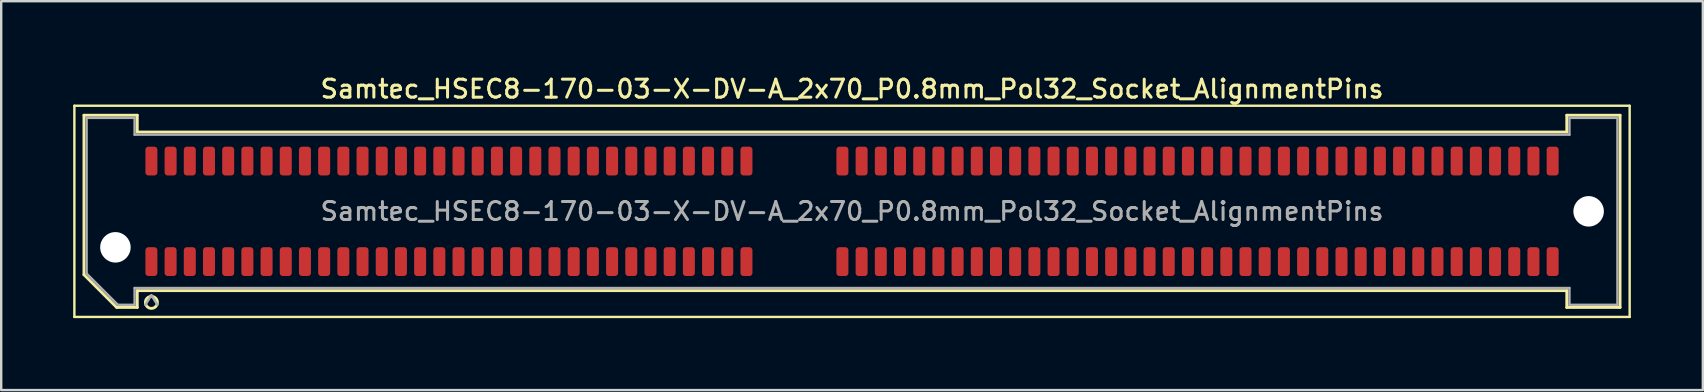
<source format=kicad_pcb>
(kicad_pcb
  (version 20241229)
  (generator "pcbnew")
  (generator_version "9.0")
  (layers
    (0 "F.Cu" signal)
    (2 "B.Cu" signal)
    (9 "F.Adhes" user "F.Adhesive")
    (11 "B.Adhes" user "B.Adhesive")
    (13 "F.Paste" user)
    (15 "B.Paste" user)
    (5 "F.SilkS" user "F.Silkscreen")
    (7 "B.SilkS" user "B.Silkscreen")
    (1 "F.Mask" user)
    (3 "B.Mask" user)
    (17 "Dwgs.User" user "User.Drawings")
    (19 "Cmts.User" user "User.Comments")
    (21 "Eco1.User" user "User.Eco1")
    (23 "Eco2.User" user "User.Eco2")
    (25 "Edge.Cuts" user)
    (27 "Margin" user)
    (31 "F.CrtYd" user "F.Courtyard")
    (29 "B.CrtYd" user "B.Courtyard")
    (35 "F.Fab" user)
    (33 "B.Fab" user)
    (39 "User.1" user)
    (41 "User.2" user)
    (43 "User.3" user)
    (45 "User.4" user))
  (footprint "Samtec_HSEC8-170-03-X-DV-A_2x70_P0.8mm_Pol32_Socket_AlignmentPins"
    (layer "F.Cu")
    (at 32.46 5.758)
    (property "Reference" "Samtec_HSEC8-170-03-X-DV-A_2x70_P0.8mm_Pol32_Socket_AlignmentPins" (at 0 -5.1 0) (layer "F.SilkS") (effects (font (size 0.75 0.75) (thickness 0.125))))
    (attr smd)
    (fp_line (start -32.41 -4.4) (end -32.41 4.4) (stroke (width 0.1) (type solid)) (layer "F.SilkS"))
    (fp_line (start -32.41 4.4) (end 32.41 4.4) (stroke (width 0.1) (type solid)) (layer "F.SilkS"))
    (fp_line (start -32.01 -4.005) (end -29.79 -4.005) (stroke (width 0.12) (type solid)) (layer "F.SilkS"))
    (fp_line (start -32.01 2.641) (end -32.01 -4.005) (stroke (width 0.12) (type solid)) (layer "F.SilkS"))
    (fp_line (start -30.646 4.005) (end -32.01 2.641) (stroke (width 0.12) (type solid)) (layer "F.SilkS"))
    (fp_line (start -29.79 -4.005) (end -29.79 -3.305) (stroke (width 0.12) (type solid)) (layer "F.SilkS"))
    (fp_line (start -29.79 -3.305) (end 29.79 -3.305) (stroke (width 0.12) (type solid)) (layer "F.SilkS"))
    (fp_line (start -29.79 3.305) (end -29.79 4.005) (stroke (width 0.12) (type solid)) (layer "F.SilkS"))
    (fp_line (start -29.79 4.005) (end -30.646 4.005) (stroke (width 0.12) (type solid)) (layer "F.SilkS"))
    (fp_line (start 29.79 -4.005) (end 32.01 -4.005) (stroke (width 0.12) (type solid)) (layer "F.SilkS"))
    (fp_line (start 29.79 -3.305) (end 29.79 -4.005) (stroke (width 0.12) (type solid)) (layer "F.SilkS"))
    (fp_line (start 29.79 3.305) (end -29.79 3.305) (stroke (width 0.12) (type solid)) (layer "F.SilkS"))
    (fp_line (start 29.79 4.005) (end 29.79 3.305) (stroke (width 0.12) (type solid)) (layer "F.SilkS"))
    (fp_line (start 32.01 -4.005) (end 32.01 4.005) (stroke (width 0.12) (type solid)) (layer "F.SilkS"))
    (fp_line (start 32.01 4.005) (end 29.79 4.005) (stroke (width 0.12) (type solid)) (layer "F.SilkS"))
    (fp_line (start 32.41 -4.4) (end -32.41 -4.4) (stroke (width 0.1) (type solid)) (layer "F.SilkS"))
    (fp_line (start 32.41 4.4) (end 32.41 -4.4) (stroke (width 0.1) (type solid)) (layer "F.SilkS"))
    (fp_arc (start -28.95 3.795) (mid -29.45 3.795) (end -28.95 3.795) (stroke (width 0.12) (type solid)) (layer "F.SilkS"))
    (fp_line (start -31.9 -3.895) (end -29.9 -3.895) (stroke (width 0.1) (type solid)) (layer "F.Fab"))
    (fp_line (start -31.9 2.595) (end -31.9 -3.895) (stroke (width 0.1) (type solid)) (layer "F.Fab"))
    (fp_line (start -30.6 3.895) (end -31.9 2.595) (stroke (width 0.1) (type solid)) (layer "F.Fab"))
    (fp_line (start -29.9 -3.895) (end -29.9 -3.195) (stroke (width 0.1) (type solid)) (layer "F.Fab"))
    (fp_line (start -29.9 -3.195) (end 29.9 -3.195) (stroke (width 0.1) (type solid)) (layer "F.Fab"))
    (fp_line (start -29.9 3.195) (end -29.9 3.895) (stroke (width 0.1) (type solid)) (layer "F.Fab"))
    (fp_line (start -29.9 3.895) (end -30.6 3.895) (stroke (width 0.1) (type solid)) (layer "F.Fab"))
    (fp_line (start -29.2 3.495) (end -29.45 3.895) (stroke (width 0.1) (type solid)) (layer "F.Fab"))
    (fp_line (start -29.2 3.495) (end -28.95 3.895) (stroke (width 0.1) (type solid)) (layer "F.Fab"))
    (fp_line (start 29.9 -3.895) (end 31.9 -3.895) (stroke (width 0.1) (type solid)) (layer "F.Fab"))
    (fp_line (start 29.9 -3.195) (end 29.9 -3.895) (stroke (width 0.1) (type solid)) (layer "F.Fab"))
    (fp_line (start 29.9 3.195) (end -29.9 3.195) (stroke (width 0.1) (type solid)) (layer "F.Fab"))
    (fp_line (start 29.9 3.895) (end 29.9 3.195) (stroke (width 0.1) (type solid)) (layer "F.Fab"))
    (fp_line (start 31.9 -3.895) (end 31.9 3.895) (stroke (width 0.1) (type solid)) (layer "F.Fab"))
    (fp_line (start 31.9 3.895) (end 29.9 3.895) (stroke (width 0.1) (type solid)) (layer "F.Fab"))
    (fp_text user "${REFERENCE}" (at 0 0 0) (layer "F.Fab") (effects (font (size 0.75 0.75) (thickness 0.125))))
    (pad "" np_thru_hole circle (at -30.7 1.5) (size 1.27 1.27) (drill 1.27) (layers "*.Cu" "*.Mask"))
    (pad "" np_thru_hole circle (at 30.7 0) (size 1.27 1.27) (drill 1.27) (layers "*.Cu" "*.Mask"))
    (pad "1" smd roundrect (at -29.2 2.095) (size 0.5 1.2) (layers "F.Cu" "F.Mask" "F.Paste") (roundrect_rratio 0.25))
    (pad "2" smd roundrect (at -29.2 -2.095) (size 0.5 1.2) (layers "F.Cu" "F.Mask" "F.Paste") (roundrect_rratio 0.25))
    (pad "3" smd roundrect (at -28.4 2.095) (size 0.5 1.2) (layers "F.Cu" "F.Mask" "F.Paste") (roundrect_rratio 0.25))
    (pad "4" smd roundrect (at -28.4 -2.095) (size 0.5 1.2) (layers "F.Cu" "F.Mask" "F.Paste") (roundrect_rratio 0.25))
    (pad "5" smd roundrect (at -27.6 2.095) (size 0.5 1.2) (layers "F.Cu" "F.Mask" "F.Paste") (roundrect_rratio 0.25))
    (pad "6" smd roundrect (at -27.6 -2.095) (size 0.5 1.2) (layers "F.Cu" "F.Mask" "F.Paste") (roundrect_rratio 0.25))
    (pad "7" smd roundrect (at -26.8 2.095) (size 0.5 1.2) (layers "F.Cu" "F.Mask" "F.Paste") (roundrect_rratio 0.25))
    (pad "8" smd roundrect (at -26.8 -2.095) (size 0.5 1.2) (layers "F.Cu" "F.Mask" "F.Paste") (roundrect_rratio 0.25))
    (pad "9" smd roundrect (at -26 2.095) (size 0.5 1.2) (layers "F.Cu" "F.Mask" "F.Paste") (roundrect_rratio 0.25))
    (pad "10" smd roundrect (at -26 -2.095) (size 0.5 1.2) (layers "F.Cu" "F.Mask" "F.Paste") (roundrect_rratio 0.25))
    (pad "11" smd roundrect (at -25.2 2.095) (size 0.5 1.2) (layers "F.Cu" "F.Mask" "F.Paste") (roundrect_rratio 0.25))
    (pad "12" smd roundrect (at -25.2 -2.095) (size 0.5 1.2) (layers "F.Cu" "F.Mask" "F.Paste") (roundrect_rratio 0.25))
    (pad "13" smd roundrect (at -24.4 2.095) (size 0.5 1.2) (layers "F.Cu" "F.Mask" "F.Paste") (roundrect_rratio 0.25))
    (pad "14" smd roundrect (at -24.4 -2.095) (size 0.5 1.2) (layers "F.Cu" "F.Mask" "F.Paste") (roundrect_rratio 0.25))
    (pad "15" smd roundrect (at -23.6 2.095) (size 0.5 1.2) (layers "F.Cu" "F.Mask" "F.Paste") (roundrect_rratio 0.25))
    (pad "16" smd roundrect (at -23.6 -2.095) (size 0.5 1.2) (layers "F.Cu" "F.Mask" "F.Paste") (roundrect_rratio 0.25))
    (pad "17" smd roundrect (at -22.8 2.095) (size 0.5 1.2) (layers "F.Cu" "F.Mask" "F.Paste") (roundrect_rratio 0.25))
    (pad "18" smd roundrect (at -22.8 -2.095) (size 0.5 1.2) (layers "F.Cu" "F.Mask" "F.Paste") (roundrect_rratio 0.25))
    (pad "19" smd roundrect (at -22 2.095) (size 0.5 1.2) (layers "F.Cu" "F.Mask" "F.Paste") (roundrect_rratio 0.25))
    (pad "20" smd roundrect (at -22 -2.095) (size 0.5 1.2) (layers "F.Cu" "F.Mask" "F.Paste") (roundrect_rratio 0.25))
    (pad "21" smd roundrect (at -21.2 2.095) (size 0.5 1.2) (layers "F.Cu" "F.Mask" "F.Paste") (roundrect_rratio 0.25))
    (pad "22" smd roundrect (at -21.2 -2.095) (size 0.5 1.2) (layers "F.Cu" "F.Mask" "F.Paste") (roundrect_rratio 0.25))
    (pad "23" smd roundrect (at -20.4 2.095) (size 0.5 1.2) (layers "F.Cu" "F.Mask" "F.Paste") (roundrect_rratio 0.25))
    (pad "24" smd roundrect (at -20.4 -2.095) (size 0.5 1.2) (layers "F.Cu" "F.Mask" "F.Paste") (roundrect_rratio 0.25))
    (pad "25" smd roundrect (at -19.6 2.095) (size 0.5 1.2) (layers "F.Cu" "F.Mask" "F.Paste") (roundrect_rratio 0.25))
    (pad "26" smd roundrect (at -19.6 -2.095) (size 0.5 1.2) (layers "F.Cu" "F.Mask" "F.Paste") (roundrect_rratio 0.25))
    (pad "27" smd roundrect (at -18.8 2.095) (size 0.5 1.2) (layers "F.Cu" "F.Mask" "F.Paste") (roundrect_rratio 0.25))
    (pad "28" smd roundrect (at -18.8 -2.095) (size 0.5 1.2) (layers "F.Cu" "F.Mask" "F.Paste") (roundrect_rratio 0.25))
    (pad "29" smd roundrect (at -18 2.095) (size 0.5 1.2) (layers "F.Cu" "F.Mask" "F.Paste") (roundrect_rratio 0.25))
    (pad "30" smd roundrect (at -18 -2.095) (size 0.5 1.2) (layers "F.Cu" "F.Mask" "F.Paste") (roundrect_rratio 0.25))
    (pad "31" smd roundrect (at -17.2 2.095) (size 0.5 1.2) (layers "F.Cu" "F.Mask" "F.Paste") (roundrect_rratio 0.25))
    (pad "32" smd roundrect (at -17.2 -2.095) (size 0.5 1.2) (layers "F.Cu" "F.Mask" "F.Paste") (roundrect_rratio 0.25))
    (pad "33" smd roundrect (at -16.4 2.095) (size 0.5 1.2) (layers "F.Cu" "F.Mask" "F.Paste") (roundrect_rratio 0.25))
    (pad "34" smd roundrect (at -16.4 -2.095) (size 0.5 1.2) (layers "F.Cu" "F.Mask" "F.Paste") (roundrect_rratio 0.25))
    (pad "35" smd roundrect (at -15.6 2.095) (size 0.5 1.2) (layers "F.Cu" "F.Mask" "F.Paste") (roundrect_rratio 0.25))
    (pad "36" smd roundrect (at -15.6 -2.095) (size 0.5 1.2) (layers "F.Cu" "F.Mask" "F.Paste") (roundrect_rratio 0.25))
    (pad "37" smd roundrect (at -14.8 2.095) (size 0.5 1.2) (layers "F.Cu" "F.Mask" "F.Paste") (roundrect_rratio 0.25))
    (pad "38" smd roundrect (at -14.8 -2.095) (size 0.5 1.2) (layers "F.Cu" "F.Mask" "F.Paste") (roundrect_rratio 0.25))
    (pad "39" smd roundrect (at -14 2.095) (size 0.5 1.2) (layers "F.Cu" "F.Mask" "F.Paste") (roundrect_rratio 0.25))
    (pad "40" smd roundrect (at -14 -2.095) (size 0.5 1.2) (layers "F.Cu" "F.Mask" "F.Paste") (roundrect_rratio 0.25))
    (pad "41" smd roundrect (at -13.2 2.095) (size 0.5 1.2) (layers "F.Cu" "F.Mask" "F.Paste") (roundrect_rratio 0.25))
    (pad "42" smd roundrect (at -13.2 -2.095) (size 0.5 1.2) (layers "F.Cu" "F.Mask" "F.Paste") (roundrect_rratio 0.25))
    (pad "43" smd roundrect (at -12.4 2.095) (size 0.5 1.2) (layers "F.Cu" "F.Mask" "F.Paste") (roundrect_rratio 0.25))
    (pad "44" smd roundrect (at -12.4 -2.095) (size 0.5 1.2) (layers "F.Cu" "F.Mask" "F.Paste") (roundrect_rratio 0.25))
    (pad "45" smd roundrect (at -11.6 2.095) (size 0.5 1.2) (layers "F.Cu" "F.Mask" "F.Paste") (roundrect_rratio 0.25))
    (pad "46" smd roundrect (at -11.6 -2.095) (size 0.5 1.2) (layers "F.Cu" "F.Mask" "F.Paste") (roundrect_rratio 0.25))
    (pad "47" smd roundrect (at -10.8 2.095) (size 0.5 1.2) (layers "F.Cu" "F.Mask" "F.Paste") (roundrect_rratio 0.25))
    (pad "48" smd roundrect (at -10.8 -2.095) (size 0.5 1.2) (layers "F.Cu" "F.Mask" "F.Paste") (roundrect_rratio 0.25))
    (pad "49" smd roundrect (at -10 2.095) (size 0.5 1.2) (layers "F.Cu" "F.Mask" "F.Paste") (roundrect_rratio 0.25))
    (pad "50" smd roundrect (at -10 -2.095) (size 0.5 1.2) (layers "F.Cu" "F.Mask" "F.Paste") (roundrect_rratio 0.25))
    (pad "51" smd roundrect (at -9.2 2.095) (size 0.5 1.2) (layers "F.Cu" "F.Mask" "F.Paste") (roundrect_rratio 0.25))
    (pad "52" smd roundrect (at -9.2 -2.095) (size 0.5 1.2) (layers "F.Cu" "F.Mask" "F.Paste") (roundrect_rratio 0.25))
    (pad "53" smd roundrect (at -8.4 2.095) (size 0.5 1.2) (layers "F.Cu" "F.Mask" "F.Paste") (roundrect_rratio 0.25))
    (pad "54" smd roundrect (at -8.4 -2.095) (size 0.5 1.2) (layers "F.Cu" "F.Mask" "F.Paste") (roundrect_rratio 0.25))
    (pad "55" smd roundrect (at -7.6 2.095) (size 0.5 1.2) (layers "F.Cu" "F.Mask" "F.Paste") (roundrect_rratio 0.25))
    (pad "56" smd roundrect (at -7.6 -2.095) (size 0.5 1.2) (layers "F.Cu" "F.Mask" "F.Paste") (roundrect_rratio 0.25))
    (pad "57" smd roundrect (at -6.8 2.095) (size 0.5 1.2) (layers "F.Cu" "F.Mask" "F.Paste") (roundrect_rratio 0.25))
    (pad "58" smd roundrect (at -6.8 -2.095) (size 0.5 1.2) (layers "F.Cu" "F.Mask" "F.Paste") (roundrect_rratio 0.25))
    (pad "59" smd roundrect (at -6 2.095) (size 0.5 1.2) (layers "F.Cu" "F.Mask" "F.Paste") (roundrect_rratio 0.25))
    (pad "60" smd roundrect (at -6 -2.095) (size 0.5 1.2) (layers "F.Cu" "F.Mask" "F.Paste") (roundrect_rratio 0.25))
    (pad "61" smd roundrect (at -5.2 2.095) (size 0.5 1.2) (layers "F.Cu" "F.Mask" "F.Paste") (roundrect_rratio 0.25))
    (pad "62" smd roundrect (at -5.2 -2.095) (size 0.5 1.2) (layers "F.Cu" "F.Mask" "F.Paste") (roundrect_rratio 0.25))
    (pad "63" smd roundrect (at -4.4 2.095) (size 0.5 1.2) (layers "F.Cu" "F.Mask" "F.Paste") (roundrect_rratio 0.25))
    (pad "64" smd roundrect (at -4.4 -2.095) (size 0.5 1.2) (layers "F.Cu" "F.Mask" "F.Paste") (roundrect_rratio 0.25))
    (pad "65" smd roundrect (at -0.4 2.095) (size 0.5 1.2) (layers "F.Cu" "F.Mask" "F.Paste") (roundrect_rratio 0.25))
    (pad "66" smd roundrect (at -0.4 -2.095) (size 0.5 1.2) (layers "F.Cu" "F.Mask" "F.Paste") (roundrect_rratio 0.25))
    (pad "67" smd roundrect (at 0.4 2.095) (size 0.5 1.2) (layers "F.Cu" "F.Mask" "F.Paste") (roundrect_rratio 0.25))
    (pad "68" smd roundrect (at 0.4 -2.095) (size 0.5 1.2) (layers "F.Cu" "F.Mask" "F.Paste") (roundrect_rratio 0.25))
    (pad "69" smd roundrect (at 1.2 2.095) (size 0.5 1.2) (layers "F.Cu" "F.Mask" "F.Paste") (roundrect_rratio 0.25))
    (pad "70" smd roundrect (at 1.2 -2.095) (size 0.5 1.2) (layers "F.Cu" "F.Mask" "F.Paste") (roundrect_rratio 0.25))
    (pad "71" smd roundrect (at 2 2.095) (size 0.5 1.2) (layers "F.Cu" "F.Mask" "F.Paste") (roundrect_rratio 0.25))
    (pad "72" smd roundrect (at 2 -2.095) (size 0.5 1.2) (layers "F.Cu" "F.Mask" "F.Paste") (roundrect_rratio 0.25))
    (pad "73" smd roundrect (at 2.8 2.095) (size 0.5 1.2) (layers "F.Cu" "F.Mask" "F.Paste") (roundrect_rratio 0.25))
    (pad "74" smd roundrect (at 2.8 -2.095) (size 0.5 1.2) (layers "F.Cu" "F.Mask" "F.Paste") (roundrect_rratio 0.25))
    (pad "75" smd roundrect (at 3.6 2.095) (size 0.5 1.2) (layers "F.Cu" "F.Mask" "F.Paste") (roundrect_rratio 0.25))
    (pad "76" smd roundrect (at 3.6 -2.095) (size 0.5 1.2) (layers "F.Cu" "F.Mask" "F.Paste") (roundrect_rratio 0.25))
    (pad "77" smd roundrect (at 4.4 2.095) (size 0.5 1.2) (layers "F.Cu" "F.Mask" "F.Paste") (roundrect_rratio 0.25))
    (pad "78" smd roundrect (at 4.4 -2.095) (size 0.5 1.2) (layers "F.Cu" "F.Mask" "F.Paste") (roundrect_rratio 0.25))
    (pad "79" smd roundrect (at 5.2 2.095) (size 0.5 1.2) (layers "F.Cu" "F.Mask" "F.Paste") (roundrect_rratio 0.25))
    (pad "80" smd roundrect (at 5.2 -2.095) (size 0.5 1.2) (layers "F.Cu" "F.Mask" "F.Paste") (roundrect_rratio 0.25))
    (pad "81" smd roundrect (at 6 2.095) (size 0.5 1.2) (layers "F.Cu" "F.Mask" "F.Paste") (roundrect_rratio 0.25))
    (pad "82" smd roundrect (at 6 -2.095) (size 0.5 1.2) (layers "F.Cu" "F.Mask" "F.Paste") (roundrect_rratio 0.25))
    (pad "83" smd roundrect (at 6.8 2.095) (size 0.5 1.2) (layers "F.Cu" "F.Mask" "F.Paste") (roundrect_rratio 0.25))
    (pad "84" smd roundrect (at 6.8 -2.095) (size 0.5 1.2) (layers "F.Cu" "F.Mask" "F.Paste") (roundrect_rratio 0.25))
    (pad "85" smd roundrect (at 7.6 2.095) (size 0.5 1.2) (layers "F.Cu" "F.Mask" "F.Paste") (roundrect_rratio 0.25))
    (pad "86" smd roundrect (at 7.6 -2.095) (size 0.5 1.2) (layers "F.Cu" "F.Mask" "F.Paste") (roundrect_rratio 0.25))
    (pad "87" smd roundrect (at 8.4 2.095) (size 0.5 1.2) (layers "F.Cu" "F.Mask" "F.Paste") (roundrect_rratio 0.25))
    (pad "88" smd roundrect (at 8.4 -2.095) (size 0.5 1.2) (layers "F.Cu" "F.Mask" "F.Paste") (roundrect_rratio 0.25))
    (pad "89" smd roundrect (at 9.2 2.095) (size 0.5 1.2) (layers "F.Cu" "F.Mask" "F.Paste") (roundrect_rratio 0.25))
    (pad "90" smd roundrect (at 9.2 -2.095) (size 0.5 1.2) (layers "F.Cu" "F.Mask" "F.Paste") (roundrect_rratio 0.25))
    (pad "91" smd roundrect (at 10 2.095) (size 0.5 1.2) (layers "F.Cu" "F.Mask" "F.Paste") (roundrect_rratio 0.25))
    (pad "92" smd roundrect (at 10 -2.095) (size 0.5 1.2) (layers "F.Cu" "F.Mask" "F.Paste") (roundrect_rratio 0.25))
    (pad "93" smd roundrect (at 10.8 2.095) (size 0.5 1.2) (layers "F.Cu" "F.Mask" "F.Paste") (roundrect_rratio 0.25))
    (pad "94" smd roundrect (at 10.8 -2.095) (size 0.5 1.2) (layers "F.Cu" "F.Mask" "F.Paste") (roundrect_rratio 0.25))
    (pad "95" smd roundrect (at 11.6 2.095) (size 0.5 1.2) (layers "F.Cu" "F.Mask" "F.Paste") (roundrect_rratio 0.25))
    (pad "96" smd roundrect (at 11.6 -2.095) (size 0.5 1.2) (layers "F.Cu" "F.Mask" "F.Paste") (roundrect_rratio 0.25))
    (pad "97" smd roundrect (at 12.4 2.095) (size 0.5 1.2) (layers "F.Cu" "F.Mask" "F.Paste") (roundrect_rratio 0.25))
    (pad "98" smd roundrect (at 12.4 -2.095) (size 0.5 1.2) (layers "F.Cu" "F.Mask" "F.Paste") (roundrect_rratio 0.25))
    (pad "99" smd roundrect (at 13.2 2.095) (size 0.5 1.2) (layers "F.Cu" "F.Mask" "F.Paste") (roundrect_rratio 0.25))
    (pad "100" smd roundrect (at 13.2 -2.095) (size 0.5 1.2) (layers "F.Cu" "F.Mask" "F.Paste") (roundrect_rratio 0.25))
    (pad "101" smd roundrect (at 14 2.095) (size 0.5 1.2) (layers "F.Cu" "F.Mask" "F.Paste") (roundrect_rratio 0.25))
    (pad "102" smd roundrect (at 14 -2.095) (size 0.5 1.2) (layers "F.Cu" "F.Mask" "F.Paste") (roundrect_rratio 0.25))
    (pad "103" smd roundrect (at 14.8 2.095) (size 0.5 1.2) (layers "F.Cu" "F.Mask" "F.Paste") (roundrect_rratio 0.25))
    (pad "104" smd roundrect (at 14.8 -2.095) (size 0.5 1.2) (layers "F.Cu" "F.Mask" "F.Paste") (roundrect_rratio 0.25))
    (pad "105" smd roundrect (at 15.6 2.095) (size 0.5 1.2) (layers "F.Cu" "F.Mask" "F.Paste") (roundrect_rratio 0.25))
    (pad "106" smd roundrect (at 15.6 -2.095) (size 0.5 1.2) (layers "F.Cu" "F.Mask" "F.Paste") (roundrect_rratio 0.25))
    (pad "107" smd roundrect (at 16.4 2.095) (size 0.5 1.2) (layers "F.Cu" "F.Mask" "F.Paste") (roundrect_rratio 0.25))
    (pad "108" smd roundrect (at 16.4 -2.095) (size 0.5 1.2) (layers "F.Cu" "F.Mask" "F.Paste") (roundrect_rratio 0.25))
    (pad "109" smd roundrect (at 17.2 2.095) (size 0.5 1.2) (layers "F.Cu" "F.Mask" "F.Paste") (roundrect_rratio 0.25))
    (pad "110" smd roundrect (at 17.2 -2.095) (size 0.5 1.2) (layers "F.Cu" "F.Mask" "F.Paste") (roundrect_rratio 0.25))
    (pad "111" smd roundrect (at 18 2.095) (size 0.5 1.2) (layers "F.Cu" "F.Mask" "F.Paste") (roundrect_rratio 0.25))
    (pad "112" smd roundrect (at 18 -2.095) (size 0.5 1.2) (layers "F.Cu" "F.Mask" "F.Paste") (roundrect_rratio 0.25))
    (pad "113" smd roundrect (at 18.8 2.095) (size 0.5 1.2) (layers "F.Cu" "F.Mask" "F.Paste") (roundrect_rratio 0.25))
    (pad "114" smd roundrect (at 18.8 -2.095) (size 0.5 1.2) (layers "F.Cu" "F.Mask" "F.Paste") (roundrect_rratio 0.25))
    (pad "115" smd roundrect (at 19.6 2.095) (size 0.5 1.2) (layers "F.Cu" "F.Mask" "F.Paste") (roundrect_rratio 0.25))
    (pad "116" smd roundrect (at 19.6 -2.095) (size 0.5 1.2) (layers "F.Cu" "F.Mask" "F.Paste") (roundrect_rratio 0.25))
    (pad "117" smd roundrect (at 20.4 2.095) (size 0.5 1.2) (layers "F.Cu" "F.Mask" "F.Paste") (roundrect_rratio 0.25))
    (pad "118" smd roundrect (at 20.4 -2.095) (size 0.5 1.2) (layers "F.Cu" "F.Mask" "F.Paste") (roundrect_rratio 0.25))
    (pad "119" smd roundrect (at 21.2 2.095) (size 0.5 1.2) (layers "F.Cu" "F.Mask" "F.Paste") (roundrect_rratio 0.25))
    (pad "120" smd roundrect (at 21.2 -2.095) (size 0.5 1.2) (layers "F.Cu" "F.Mask" "F.Paste") (roundrect_rratio 0.25))
    (pad "121" smd roundrect (at 22 2.095) (size 0.5 1.2) (layers "F.Cu" "F.Mask" "F.Paste") (roundrect_rratio 0.25))
    (pad "122" smd roundrect (at 22 -2.095) (size 0.5 1.2) (layers "F.Cu" "F.Mask" "F.Paste") (roundrect_rratio 0.25))
    (pad "123" smd roundrect (at 22.8 2.095) (size 0.5 1.2) (layers "F.Cu" "F.Mask" "F.Paste") (roundrect_rratio 0.25))
    (pad "124" smd roundrect (at 22.8 -2.095) (size 0.5 1.2) (layers "F.Cu" "F.Mask" "F.Paste") (roundrect_rratio 0.25))
    (pad "125" smd roundrect (at 23.6 2.095) (size 0.5 1.2) (layers "F.Cu" "F.Mask" "F.Paste") (roundrect_rratio 0.25))
    (pad "126" smd roundrect (at 23.6 -2.095) (size 0.5 1.2) (layers "F.Cu" "F.Mask" "F.Paste") (roundrect_rratio 0.25))
    (pad "127" smd roundrect (at 24.4 2.095) (size 0.5 1.2) (layers "F.Cu" "F.Mask" "F.Paste") (roundrect_rratio 0.25))
    (pad "128" smd roundrect (at 24.4 -2.095) (size 0.5 1.2) (layers "F.Cu" "F.Mask" "F.Paste") (roundrect_rratio 0.25))
    (pad "129" smd roundrect (at 25.2 2.095) (size 0.5 1.2) (layers "F.Cu" "F.Mask" "F.Paste") (roundrect_rratio 0.25))
    (pad "130" smd roundrect (at 25.2 -2.095) (size 0.5 1.2) (layers "F.Cu" "F.Mask" "F.Paste") (roundrect_rratio 0.25))
    (pad "131" smd roundrect (at 26 2.095) (size 0.5 1.2) (layers "F.Cu" "F.Mask" "F.Paste") (roundrect_rratio 0.25))
    (pad "132" smd roundrect (at 26 -2.095) (size 0.5 1.2) (layers "F.Cu" "F.Mask" "F.Paste") (roundrect_rratio 0.25))
    (pad "133" smd roundrect (at 26.8 2.095) (size 0.5 1.2) (layers "F.Cu" "F.Mask" "F.Paste") (roundrect_rratio 0.25))
    (pad "134" smd roundrect (at 26.8 -2.095) (size 0.5 1.2) (layers "F.Cu" "F.Mask" "F.Paste") (roundrect_rratio 0.25))
    (pad "135" smd roundrect (at 27.6 2.095) (size 0.5 1.2) (layers "F.Cu" "F.Mask" "F.Paste") (roundrect_rratio 0.25))
    (pad "136" smd roundrect (at 27.6 -2.095) (size 0.5 1.2) (layers "F.Cu" "F.Mask" "F.Paste") (roundrect_rratio 0.25))
    (pad "137" smd roundrect (at 28.4 2.095) (size 0.5 1.2) (layers "F.Cu" "F.Mask" "F.Paste") (roundrect_rratio 0.25))
    (pad "138" smd roundrect (at 28.4 -2.095) (size 0.5 1.2) (layers "F.Cu" "F.Mask" "F.Paste") (roundrect_rratio 0.25))
    (pad "139" smd roundrect (at 29.2 2.095) (size 0.5 1.2) (layers "F.Cu" "F.Mask" "F.Paste") (roundrect_rratio 0.25))
    (pad "140" smd roundrect (at 29.2 -2.095) (size 0.5 1.2) (layers "F.Cu" "F.Mask" "F.Paste") (roundrect_rratio 0.25)))
  (gr_rect
    (start -3 -3)
    (end 67.92 13.208)
    (stroke (width 0.1) (type default))
    (fill no)
    (layer "Edge.Cuts")))
</source>
